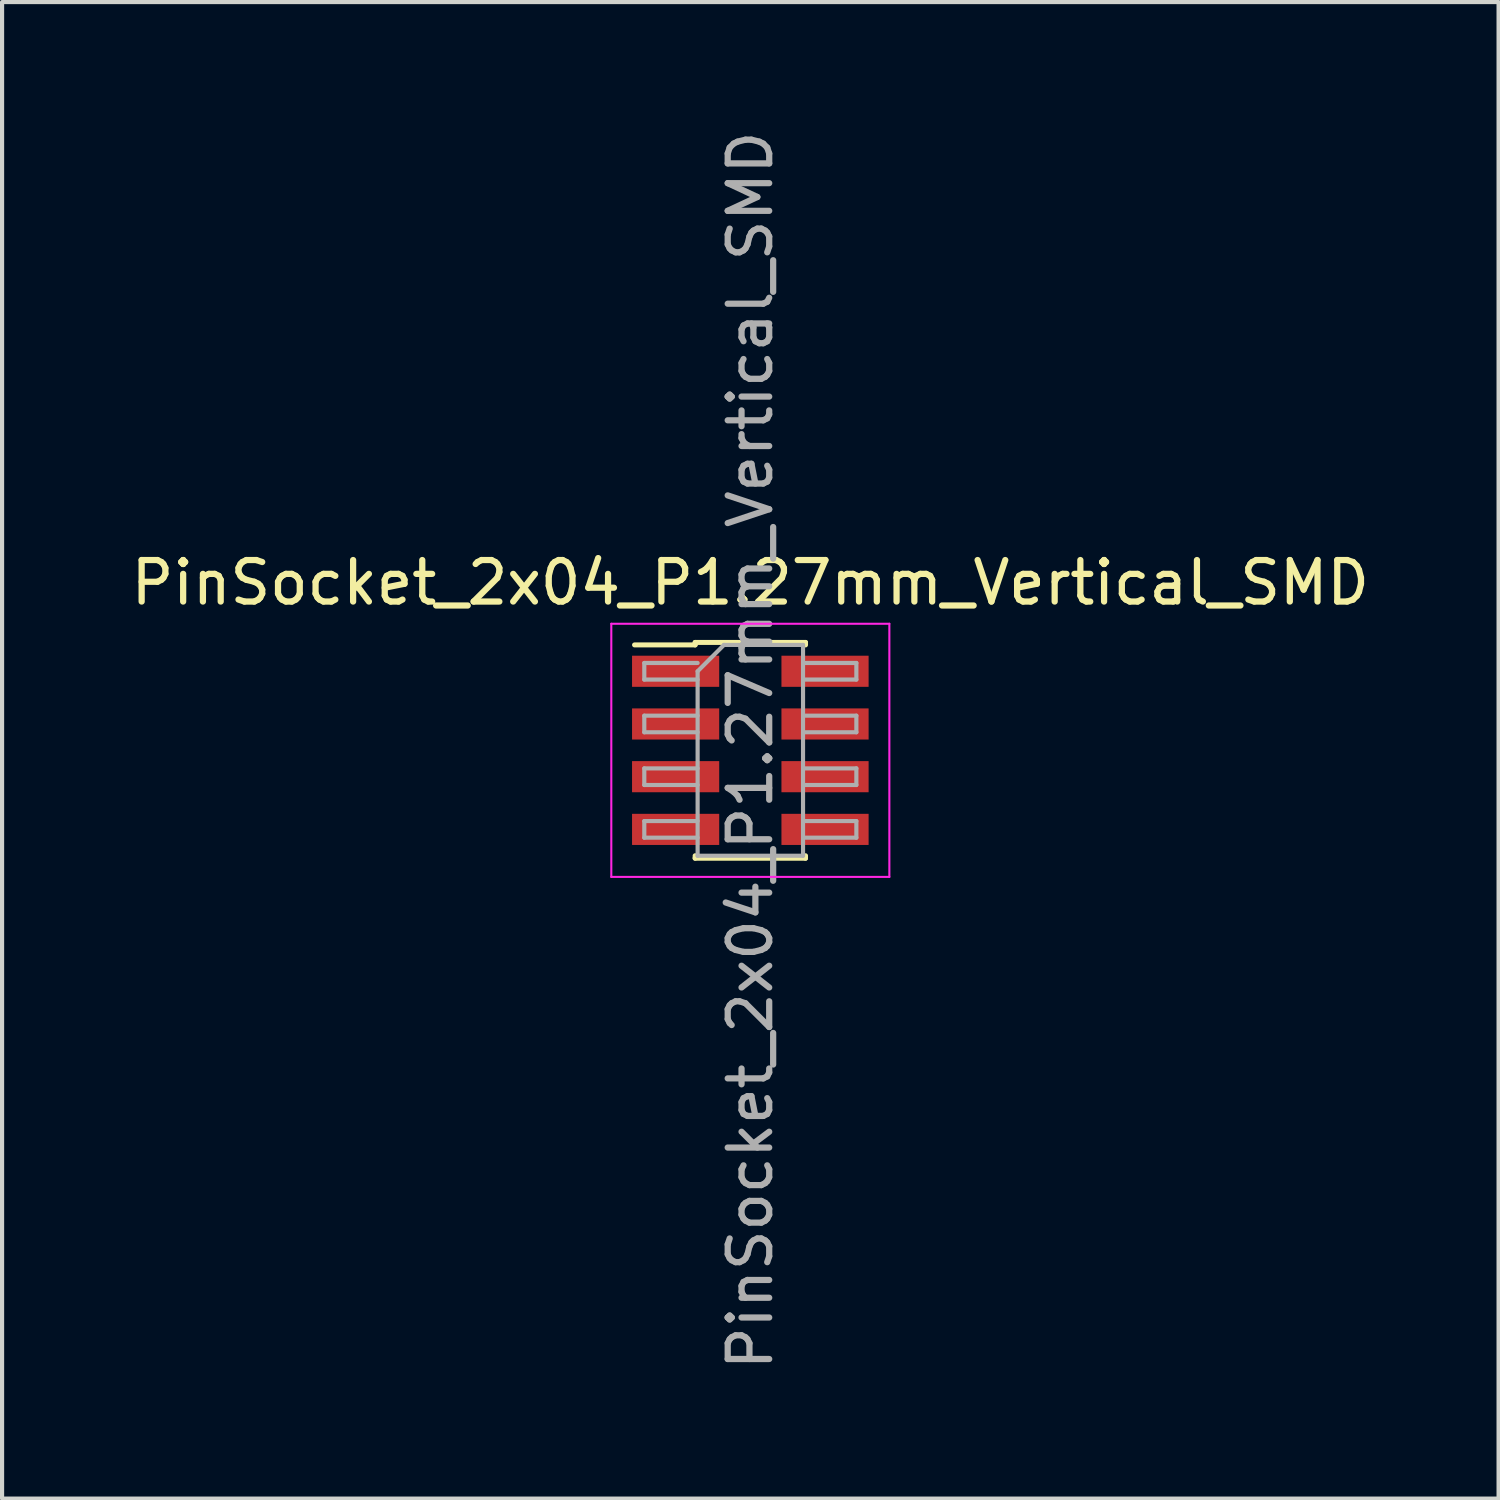
<source format=kicad_pcb>
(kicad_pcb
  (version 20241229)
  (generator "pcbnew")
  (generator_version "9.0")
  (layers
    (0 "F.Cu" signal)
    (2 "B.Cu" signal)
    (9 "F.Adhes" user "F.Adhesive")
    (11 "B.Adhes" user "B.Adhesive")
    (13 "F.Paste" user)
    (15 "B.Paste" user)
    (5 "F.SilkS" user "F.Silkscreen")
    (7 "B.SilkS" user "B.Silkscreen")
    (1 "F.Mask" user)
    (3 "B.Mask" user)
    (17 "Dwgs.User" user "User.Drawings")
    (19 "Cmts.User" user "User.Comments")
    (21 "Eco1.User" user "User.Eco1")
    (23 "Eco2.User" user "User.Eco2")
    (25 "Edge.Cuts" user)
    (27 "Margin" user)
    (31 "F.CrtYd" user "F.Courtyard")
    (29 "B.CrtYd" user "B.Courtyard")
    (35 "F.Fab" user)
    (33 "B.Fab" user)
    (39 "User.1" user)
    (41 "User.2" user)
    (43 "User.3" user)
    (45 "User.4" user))
  (footprint "PinSocket_2x04_P1.27mm_Vertical_SMD"
    (layer "F.Cu")
    (at 15.03 15.03)
    (property "Reference" "PinSocket_2x04_P1.27mm_Vertical_SMD" (at 0 -4.04 0) (layer "F.SilkS") (effects (font (size 1 1) (thickness 0.15))))
    (attr smd)
    (fp_line (start -1.33 -2.6) (end -1.33 -2.54) (stroke (width 0.12) (type solid)) (layer "F.SilkS"))
    (fp_line (start -1.33 -2.54) (end -2.79 -2.54) (stroke (width 0.12) (type solid)) (layer "F.SilkS"))
    (fp_line (start -1.33 2.54) (end -1.33 2.6) (stroke (width 0.12) (type solid)) (layer "F.SilkS"))
    (fp_line (start 1.33 -2.6) (end -1.33 -2.6) (stroke (width 0.12) (type solid)) (layer "F.SilkS"))
    (fp_line (start 1.33 -2.6) (end 1.33 -2.54) (stroke (width 0.12) (type solid)) (layer "F.SilkS"))
    (fp_line (start 1.33 2.54) (end 1.33 2.6) (stroke (width 0.12) (type solid)) (layer "F.SilkS"))
    (fp_line (start 1.33 2.6) (end -1.33 2.6) (stroke (width 0.12) (type solid)) (layer "F.SilkS"))
    (fp_line (start -3.35 -3.05) (end -3.35 3.05) (stroke (width 0.05) (type solid)) (layer "F.CrtYd"))
    (fp_line (start -3.35 3.05) (end 3.35 3.05) (stroke (width 0.05) (type solid)) (layer "F.CrtYd"))
    (fp_line (start 3.35 -3.05) (end -3.35 -3.05) (stroke (width 0.05) (type solid)) (layer "F.CrtYd"))
    (fp_line (start 3.35 3.05) (end 3.35 -3.05) (stroke (width 0.05) (type solid)) (layer "F.CrtYd"))
    (fp_line (start -2.555 -2.105) (end -2.555 -1.705) (stroke (width 0.1) (type solid)) (layer "F.Fab"))
    (fp_line (start -2.555 -1.705) (end -1.27 -1.705) (stroke (width 0.1) (type solid)) (layer "F.Fab"))
    (fp_line (start -2.555 -0.835) (end -2.555 -0.435) (stroke (width 0.1) (type solid)) (layer "F.Fab"))
    (fp_line (start -2.555 -0.435) (end -1.27 -0.435) (stroke (width 0.1) (type solid)) (layer "F.Fab"))
    (fp_line (start -2.555 0.435) (end -2.555 0.835) (stroke (width 0.1) (type solid)) (layer "F.Fab"))
    (fp_line (start -2.555 0.835) (end -1.27 0.835) (stroke (width 0.1) (type solid)) (layer "F.Fab"))
    (fp_line (start -2.555 1.705) (end -2.555 2.105) (stroke (width 0.1) (type solid)) (layer "F.Fab"))
    (fp_line (start -2.555 2.105) (end -1.27 2.105) (stroke (width 0.1) (type solid)) (layer "F.Fab"))
    (fp_line (start -1.27 -2.105) (end -2.555 -2.105) (stroke (width 0.1) (type solid)) (layer "F.Fab"))
    (fp_line (start -1.27 -1.905) (end -1.27 2.54) (stroke (width 0.1) (type solid)) (layer "F.Fab"))
    (fp_line (start -1.27 -0.835) (end -2.555 -0.835) (stroke (width 0.1) (type solid)) (layer "F.Fab"))
    (fp_line (start -1.27 0.435) (end -2.555 0.435) (stroke (width 0.1) (type solid)) (layer "F.Fab"))
    (fp_line (start -1.27 1.705) (end -2.555 1.705) (stroke (width 0.1) (type solid)) (layer "F.Fab"))
    (fp_line (start -1.27 2.54) (end 1.27 2.54) (stroke (width 0.1) (type solid)) (layer "F.Fab"))
    (fp_line (start -0.635 -2.54) (end -1.27 -1.905) (stroke (width 0.1) (type solid)) (layer "F.Fab"))
    (fp_line (start 1.27 -2.54) (end -0.635 -2.54) (stroke (width 0.1) (type solid)) (layer "F.Fab"))
    (fp_line (start 1.27 -1.705) (end 2.555 -1.705) (stroke (width 0.1) (type solid)) (layer "F.Fab"))
    (fp_line (start 1.27 -0.435) (end 2.555 -0.435) (stroke (width 0.1) (type solid)) (layer "F.Fab"))
    (fp_line (start 1.27 0.835) (end 2.555 0.835) (stroke (width 0.1) (type solid)) (layer "F.Fab"))
    (fp_line (start 1.27 2.105) (end 2.555 2.105) (stroke (width 0.1) (type solid)) (layer "F.Fab"))
    (fp_line (start 1.27 2.54) (end 1.27 -2.54) (stroke (width 0.1) (type solid)) (layer "F.Fab"))
    (fp_line (start 2.555 -2.105) (end 1.27 -2.105) (stroke (width 0.1) (type solid)) (layer "F.Fab"))
    (fp_line (start 2.555 -1.705) (end 2.555 -2.105) (stroke (width 0.1) (type solid)) (layer "F.Fab"))
    (fp_line (start 2.555 -0.835) (end 1.27 -0.835) (stroke (width 0.1) (type solid)) (layer "F.Fab"))
    (fp_line (start 2.555 -0.435) (end 2.555 -0.835) (stroke (width 0.1) (type solid)) (layer "F.Fab"))
    (fp_line (start 2.555 0.435) (end 1.27 0.435) (stroke (width 0.1) (type solid)) (layer "F.Fab"))
    (fp_line (start 2.555 0.835) (end 2.555 0.435) (stroke (width 0.1) (type solid)) (layer "F.Fab"))
    (fp_line (start 2.555 1.705) (end 1.27 1.705) (stroke (width 0.1) (type solid)) (layer "F.Fab"))
    (fp_line (start 2.555 2.105) (end 2.555 1.705) (stroke (width 0.1) (type solid)) (layer "F.Fab"))
    (fp_text user "${REFERENCE}" (at 0 0 90) (layer "F.Fab") (effects (font (size 1 1) (thickness 0.15))))
    (pad "1" smd rect (at -1.8 -1.905) (size 2.1 0.75) (layers "F.Cu" "F.Mask" "F.Paste"))
    (pad "2" smd rect (at -1.8 -0.635) (size 2.1 0.75) (layers "F.Cu" "F.Mask" "F.Paste"))
    (pad "3" smd rect (at -1.8 0.635) (size 2.1 0.75) (layers "F.Cu" "F.Mask" "F.Paste"))
    (pad "4" smd rect (at -1.8 1.905) (size 2.1 0.75) (layers "F.Cu" "F.Mask" "F.Paste"))
    (pad "5" smd rect (at 1.8 1.905) (size 2.1 0.75) (layers "F.Cu" "F.Mask" "F.Paste"))
    (pad "6" smd rect (at 1.8 0.635) (size 2.1 0.75) (layers "F.Cu" "F.Mask" "F.Paste"))
    (pad "7" smd rect (at 1.8 -0.635) (size 2.1 0.75) (layers "F.Cu" "F.Mask" "F.Paste"))
    (pad "8" smd rect (at 1.8 -1.905) (size 2.1 0.75) (layers "F.Cu" "F.Mask" "F.Paste")))
  (gr_rect
    (start -3 -3)
    (end 33.06 33.06)
    (stroke (width 0.1) (type default))
    (fill no)
    (layer "Edge.Cuts")))
</source>
